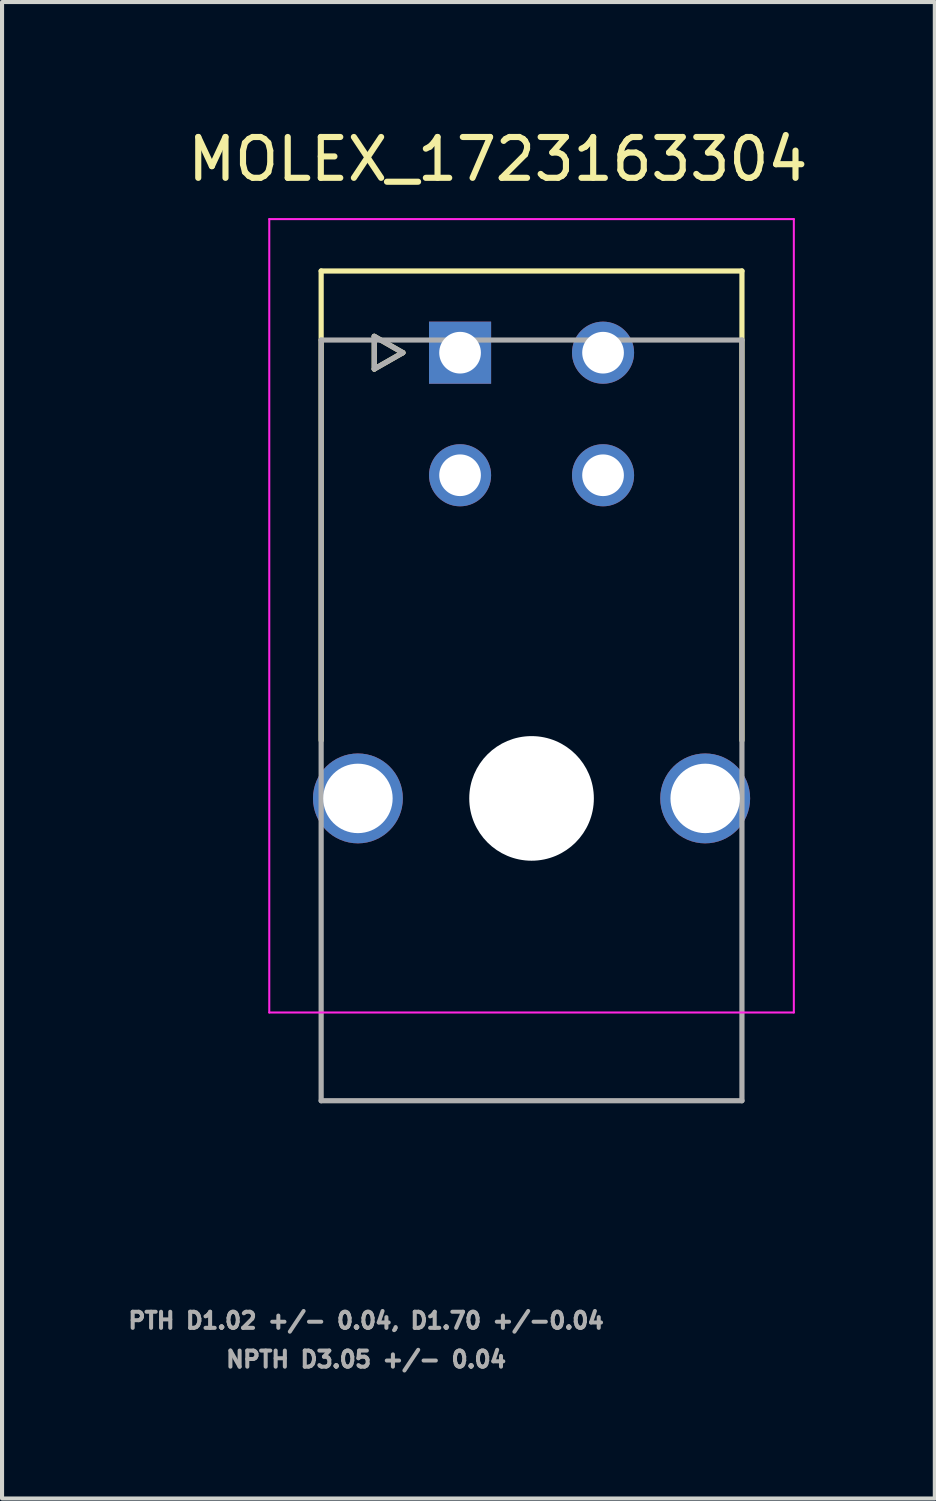
<source format=kicad_pcb>
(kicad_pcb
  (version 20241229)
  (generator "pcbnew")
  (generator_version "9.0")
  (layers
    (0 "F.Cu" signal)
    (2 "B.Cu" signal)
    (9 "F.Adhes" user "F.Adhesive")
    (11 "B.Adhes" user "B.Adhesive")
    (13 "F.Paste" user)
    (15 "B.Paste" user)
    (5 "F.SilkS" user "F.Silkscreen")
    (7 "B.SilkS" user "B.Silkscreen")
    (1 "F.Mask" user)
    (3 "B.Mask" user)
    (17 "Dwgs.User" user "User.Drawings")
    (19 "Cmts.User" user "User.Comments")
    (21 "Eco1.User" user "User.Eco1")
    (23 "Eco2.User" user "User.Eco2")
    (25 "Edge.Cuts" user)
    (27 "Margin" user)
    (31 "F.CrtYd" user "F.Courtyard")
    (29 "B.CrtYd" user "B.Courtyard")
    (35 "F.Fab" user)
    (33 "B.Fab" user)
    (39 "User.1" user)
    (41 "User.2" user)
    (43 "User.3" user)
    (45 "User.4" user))
  (footprint "MOLEX_1723163304"
    (layer "F.Cu")
    (at 8.211 5.583)
    (property "Reference" "MOLEX_1723163304" (at 0.925 -4.735 0) (layer "F.SilkS") (effects (font (size 1 1) (thickness 0.15))))
    (attr through_hole)
    (fp_circle (center -2.5 10.91) (end -1.912 10.91) (stroke (width 1.176) (type solid)) (fill no) (layer "F.Mask"))
    (fp_circle (center 0 3) (end 0.418 3) (stroke (width 0.836) (type solid)) (fill no) (layer "F.Mask"))
    (fp_circle (center 1.75 10.91) (end 2.551 10.91) (stroke (width 1.601) (type solid)) (fill no) (layer "F.Mask"))
    (fp_circle (center 3.5 0) (end 3.918 0) (stroke (width 0.836) (type solid)) (fill no) (layer "F.Mask"))
    (fp_circle (center 3.5 3) (end 3.918 3) (stroke (width 0.836) (type solid)) (fill no) (layer "F.Mask"))
    (fp_circle (center 6 10.91) (end 6.588 10.91) (stroke (width 1.176) (type solid)) (fill no) (layer "F.Mask"))
    (fp_poly (pts (xy -0.836 -0.836) (xy 0.836 -0.836) (xy 0.836 0.836) (xy -0.836 0.836)) (stroke (width 0.01) (type solid)) (fill yes) (layer "F.Mask"))
    (fp_circle (center -2.5 10.91) (end -1.912 10.91) (stroke (width 1.176) (type solid)) (fill no) (layer "B.Mask"))
    (fp_circle (center 0 3) (end 0.418 3) (stroke (width 0.836) (type solid)) (fill no) (layer "B.Mask"))
    (fp_circle (center 1.75 10.91) (end 2.551 10.91) (stroke (width 1.601) (type solid)) (fill no) (layer "B.Mask"))
    (fp_circle (center 3.5 0) (end 3.918 0) (stroke (width 0.836) (type solid)) (fill no) (layer "B.Mask"))
    (fp_circle (center 3.5 3) (end 3.918 3) (stroke (width 0.836) (type solid)) (fill no) (layer "B.Mask"))
    (fp_circle (center 6 10.91) (end 6.588 10.91) (stroke (width 1.176) (type solid)) (fill no) (layer "B.Mask"))
    (fp_poly (pts (xy -0.836 -0.836) (xy 0.836 -0.836) (xy 0.836 0.836) (xy -0.836 0.836)) (stroke (width 0.01) (type solid)) (fill yes) (layer "B.Mask"))
    (fp_line (start -3.4 -2) (end 6.9 -2) (stroke (width 0.127) (type solid)) (layer "F.SilkS"))
    (fp_line (start -3.4 9.49) (end -3.4 -2) (stroke (width 0.127) (type solid)) (layer "F.SilkS"))
    (fp_line (start -2.1 -0.4) (end -2.1 0.4) (stroke (width 0.127) (type solid)) (layer "F.SilkS"))
    (fp_line (start -2.1 0.4) (end -1.4 0) (stroke (width 0.127) (type solid)) (layer "F.SilkS"))
    (fp_line (start -1.4 0) (end -2.1 -0.4) (stroke (width 0.127) (type solid)) (layer "F.SilkS"))
    (fp_line (start 6.9 -2) (end 6.9 9.49) (stroke (width 0.127) (type solid)) (layer "F.SilkS"))
    (fp_line (start -4.67 -3.27) (end 8.17 -3.27) (stroke (width 0.05) (type solid)) (layer "F.CrtYd"))
    (fp_line (start -4.67 16.15) (end -4.67 -3.27) (stroke (width 0.05) (type solid)) (layer "F.CrtYd"))
    (fp_line (start -4.67 16.15) (end 8.17 16.15) (stroke (width 0.05) (type solid)) (layer "F.CrtYd"))
    (fp_line (start 8.17 -3.27) (end 8.17 16.15) (stroke (width 0.05) (type solid)) (layer "F.CrtYd"))
    (fp_line (start -3.4 -0.31) (end 6.9 -0.31) (stroke (width 0.127) (type solid)) (layer "F.Fab"))
    (fp_line (start -3.4 18.31) (end -3.4 -0.31) (stroke (width 0.127) (type solid)) (layer "F.Fab"))
    (fp_line (start -2.1 -0.4) (end -2.1 0.4) (stroke (width 0.127) (type solid)) (layer "F.Fab"))
    (fp_line (start -2.1 0.4) (end -1.4 0) (stroke (width 0.127) (type solid)) (layer "F.Fab"))
    (fp_line (start -1.4 0) (end -2.1 -0.4) (stroke (width 0.127) (type solid)) (layer "F.Fab"))
    (fp_line (start 6.9 -0.31) (end 6.9 18.31) (stroke (width 0.127) (type solid)) (layer "F.Fab"))
    (fp_line (start 6.9 18.31) (end -3.4 18.31) (stroke (width 0.127) (type solid)) (layer "F.Fab"))
    (fp_text user "PTH D1.02 +/- 0.04, D1.70 +/-0.04" (at -2.3 23.692 0) (layer "F.Fab") (effects (font (size 0.394 0.394) (thickness 0.15))))
    (fp_text user "NPTH D3.05 +/- 0.04" (at -2.3 24.642 0) (layer "F.Fab") (effects (font (size 0.394 0.394) (thickness 0.15))))
    (pad "" np_thru_hole circle (at 1.75 10.91) (size 3.05 3.05) (drill 3.05) (layers "*.Cu" "*.Mask"))
    (pad "1" thru_hole rect (at 0 0) (size 1.52 1.52) (drill 1.02) (layers "*.Cu"))
    (pad "2" thru_hole circle (at 3.5 0) (size 1.52 1.52) (drill 1.02) (layers "*.Cu"))
    (pad "3" thru_hole circle (at 0 3) (size 1.52 1.52) (drill 1.02) (layers "*.Cu"))
    (pad "4" thru_hole circle (at 3.5 3) (size 1.52 1.52) (drill 1.02) (layers "*.Cu"))
    (pad "S1" thru_hole circle (at -2.5 10.91) (size 2.2 2.2) (drill 1.7) (layers "*.Cu"))
    (pad "S2" thru_hole circle (at 6 10.91) (size 2.2 2.2) (drill 1.7) (layers "*.Cu")))
  (gr_rect
    (start -3 -3)
    (end 19.832 33.629)
    (stroke (width 0.1) (type default))
    (fill no)
    (layer "Edge.Cuts")))
</source>
